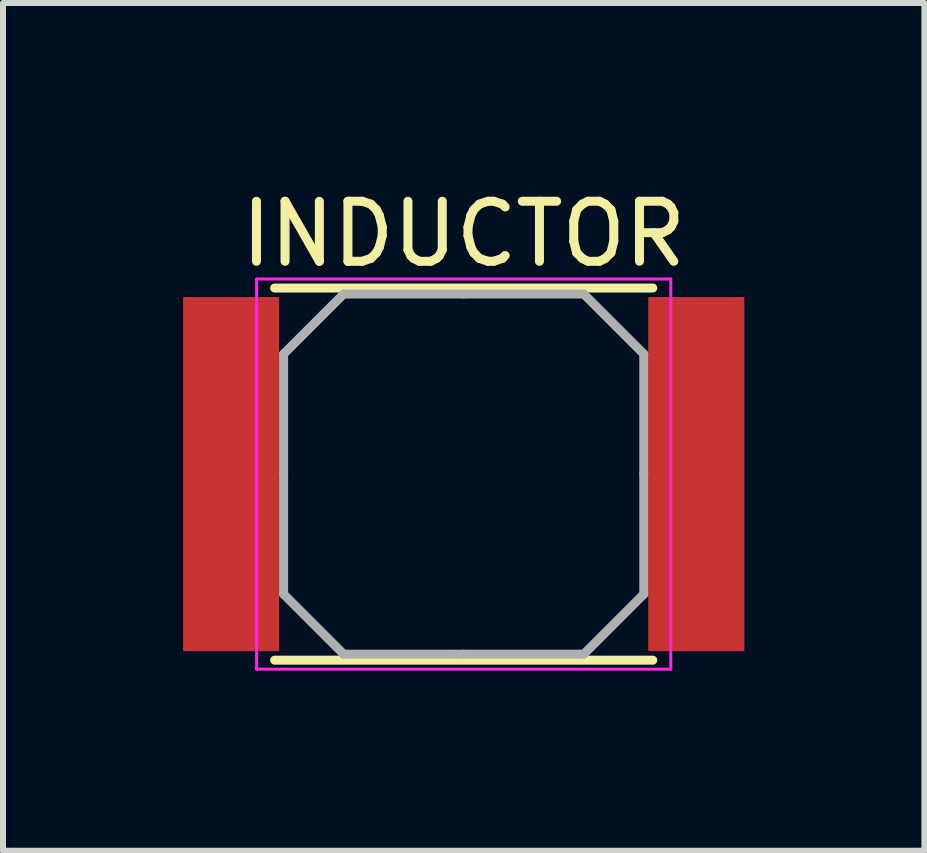
<source format=kicad_pcb>
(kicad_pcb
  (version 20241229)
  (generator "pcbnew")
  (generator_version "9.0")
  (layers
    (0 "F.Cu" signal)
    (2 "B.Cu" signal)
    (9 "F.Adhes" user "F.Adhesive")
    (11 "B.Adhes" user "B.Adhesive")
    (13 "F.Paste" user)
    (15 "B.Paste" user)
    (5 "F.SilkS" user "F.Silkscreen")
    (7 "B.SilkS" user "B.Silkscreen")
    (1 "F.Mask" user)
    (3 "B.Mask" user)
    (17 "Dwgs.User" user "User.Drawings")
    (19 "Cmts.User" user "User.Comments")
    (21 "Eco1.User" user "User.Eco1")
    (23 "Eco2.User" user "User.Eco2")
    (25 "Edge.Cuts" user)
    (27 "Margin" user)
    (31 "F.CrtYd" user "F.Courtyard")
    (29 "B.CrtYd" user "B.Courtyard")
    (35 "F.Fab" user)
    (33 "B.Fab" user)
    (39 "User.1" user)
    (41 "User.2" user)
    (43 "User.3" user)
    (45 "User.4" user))
  (footprint "INDUCTOR"
    (layer "F.Cu")
    (at 4.675 4.848)
    (property "Reference" "INDUCTOR" (at 0 -4 0) (layer "F.SilkS") (effects (font (size 1 1) (thickness 0.15))))
    (attr smd)
    (fp_line (start -3.15 -3.1) (end 3.15 -3.1) (stroke (width 0.15) (type solid)) (layer "F.SilkS"))
    (fp_line (start -3.15 3.1) (end 3.15 3.1) (stroke (width 0.15) (type solid)) (layer "F.SilkS"))
    (fp_line (start -3.45 -3.25) (end -3.45 3.25) (stroke (width 0.05) (type solid)) (layer "F.CrtYd"))
    (fp_line (start -3.45 3.25) (end 3.45 3.25) (stroke (width 0.05) (type solid)) (layer "F.CrtYd"))
    (fp_line (start 3.45 -3.25) (end -3.45 -3.25) (stroke (width 0.05) (type solid)) (layer "F.CrtYd"))
    (fp_line (start 3.45 3.25) (end 3.45 -3.25) (stroke (width 0.05) (type solid)) (layer "F.CrtYd"))
    (fp_line (start -3 -2) (end -2 -3) (stroke (width 0.15) (type solid)) (layer "F.Fab"))
    (fp_line (start -3 0) (end -3 -2) (stroke (width 0.15) (type solid)) (layer "F.Fab"))
    (fp_line (start -3 0) (end -3 2) (stroke (width 0.15) (type solid)) (layer "F.Fab"))
    (fp_line (start -3 2) (end -2 3) (stroke (width 0.15) (type solid)) (layer "F.Fab"))
    (fp_line (start -2 -3) (end 0 -3) (stroke (width 0.15) (type solid)) (layer "F.Fab"))
    (fp_line (start -2 3) (end 0 3) (stroke (width 0.15) (type solid)) (layer "F.Fab"))
    (fp_line (start 2 -3) (end 0 -3) (stroke (width 0.15) (type solid)) (layer "F.Fab"))
    (fp_line (start 2 3) (end 0 3) (stroke (width 0.15) (type solid)) (layer "F.Fab"))
    (fp_line (start 3 -2) (end 2 -3) (stroke (width 0.15) (type solid)) (layer "F.Fab"))
    (fp_line (start 3 0) (end 3 -2) (stroke (width 0.15) (type solid)) (layer "F.Fab"))
    (fp_line (start 3 0) (end 3 2) (stroke (width 0.15) (type solid)) (layer "F.Fab"))
    (fp_line (start 3 2) (end 2 3) (stroke (width 0.15) (type solid)) (layer "F.Fab"))
    (pad "1" smd rect (at -3.875 0) (size 1.6 5.9) (layers "F.Cu" "F.Mask" "F.Paste"))
    (pad "2" smd rect (at 3.875 0) (size 1.6 5.9) (layers "F.Cu" "F.Mask" "F.Paste")))
  (gr_rect
    (start -3 -3)
    (end 12.35 11.123)
    (stroke (width 0.1) (type default))
    (fill no)
    (layer "Edge.Cuts")))
</source>
